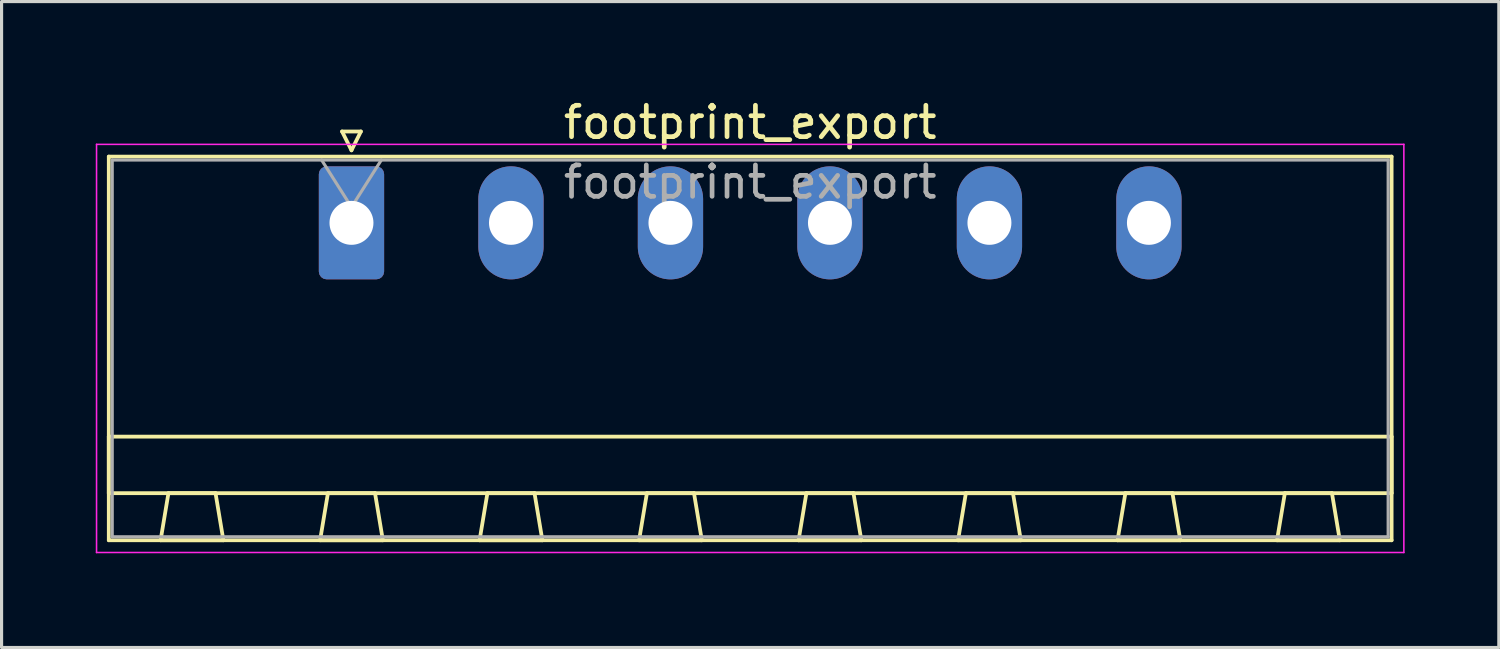
<source format=kicad_pcb>
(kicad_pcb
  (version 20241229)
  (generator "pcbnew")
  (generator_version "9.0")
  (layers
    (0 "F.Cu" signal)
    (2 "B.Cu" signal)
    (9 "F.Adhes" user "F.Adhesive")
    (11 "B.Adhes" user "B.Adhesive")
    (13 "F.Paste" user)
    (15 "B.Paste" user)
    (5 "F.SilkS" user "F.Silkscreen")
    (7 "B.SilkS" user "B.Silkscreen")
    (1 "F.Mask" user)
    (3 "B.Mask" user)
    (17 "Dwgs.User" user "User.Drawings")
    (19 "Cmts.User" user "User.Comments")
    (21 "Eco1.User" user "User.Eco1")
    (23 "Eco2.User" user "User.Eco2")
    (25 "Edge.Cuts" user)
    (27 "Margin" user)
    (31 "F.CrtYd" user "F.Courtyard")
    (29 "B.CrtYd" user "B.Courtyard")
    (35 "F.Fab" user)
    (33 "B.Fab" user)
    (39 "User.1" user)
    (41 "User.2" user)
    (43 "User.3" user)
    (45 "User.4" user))
  (footprint "footprint_export"
    (layer "F.Cu")
    (at 8.145 4.048)
    (property "Reference" "footprint_export" (at 12.7 -3.2 0) (layer "F.SilkS") (effects (font (size 1 1) (thickness 0.15))))
    (attr through_hole)
    (fp_line (start -7.73 -2.11) (end -7.73 10.11) (stroke (width 0.12) (type solid)) (layer "F.SilkS"))
    (fp_line (start -7.73 6.81) (end 33.13 6.81) (stroke (width 0.12) (type solid)) (layer "F.SilkS"))
    (fp_line (start -7.73 8.61) (end -7.73 6.81) (stroke (width 0.12) (type solid)) (layer "F.SilkS"))
    (fp_line (start -7.73 10.11) (end 33.13 10.11) (stroke (width 0.12) (type solid)) (layer "F.SilkS"))
    (fp_line (start -6.08 10.11) (end -4.08 10.11) (stroke (width 0.12) (type solid)) (layer "F.SilkS"))
    (fp_line (start -5.83 8.61) (end -6.08 10.11) (stroke (width 0.12) (type solid)) (layer "F.SilkS"))
    (fp_line (start -4.33 8.61) (end -5.83 8.61) (stroke (width 0.12) (type solid)) (layer "F.SilkS"))
    (fp_line (start -4.08 10.11) (end -4.33 8.61) (stroke (width 0.12) (type solid)) (layer "F.SilkS"))
    (fp_line (start -1 10.11) (end 1 10.11) (stroke (width 0.12) (type solid)) (layer "F.SilkS"))
    (fp_line (start -0.75 8.61) (end -1 10.11) (stroke (width 0.12) (type solid)) (layer "F.SilkS"))
    (fp_line (start -0.3 -2.91) (end 0.3 -2.91) (stroke (width 0.12) (type solid)) (layer "F.SilkS"))
    (fp_line (start 0 -2.31) (end -0.3 -2.91) (stroke (width 0.12) (type solid)) (layer "F.SilkS"))
    (fp_line (start 0.3 -2.91) (end 0 -2.31) (stroke (width 0.12) (type solid)) (layer "F.SilkS"))
    (fp_line (start 0.75 8.61) (end -0.75 8.61) (stroke (width 0.12) (type solid)) (layer "F.SilkS"))
    (fp_line (start 1 10.11) (end 0.75 8.61) (stroke (width 0.12) (type solid)) (layer "F.SilkS"))
    (fp_line (start 4.08 10.11) (end 6.08 10.11) (stroke (width 0.12) (type solid)) (layer "F.SilkS"))
    (fp_line (start 4.33 8.61) (end 4.08 10.11) (stroke (width 0.12) (type solid)) (layer "F.SilkS"))
    (fp_line (start 5.83 8.61) (end 4.33 8.61) (stroke (width 0.12) (type solid)) (layer "F.SilkS"))
    (fp_line (start 6.08 10.11) (end 5.83 8.61) (stroke (width 0.12) (type solid)) (layer "F.SilkS"))
    (fp_line (start 9.16 10.11) (end 11.16 10.11) (stroke (width 0.12) (type solid)) (layer "F.SilkS"))
    (fp_line (start 9.41 8.61) (end 9.16 10.11) (stroke (width 0.12) (type solid)) (layer "F.SilkS"))
    (fp_line (start 10.91 8.61) (end 9.41 8.61) (stroke (width 0.12) (type solid)) (layer "F.SilkS"))
    (fp_line (start 11.16 10.11) (end 10.91 8.61) (stroke (width 0.12) (type solid)) (layer "F.SilkS"))
    (fp_line (start 14.24 10.11) (end 16.24 10.11) (stroke (width 0.12) (type solid)) (layer "F.SilkS"))
    (fp_line (start 14.49 8.61) (end 14.24 10.11) (stroke (width 0.12) (type solid)) (layer "F.SilkS"))
    (fp_line (start 15.99 8.61) (end 14.49 8.61) (stroke (width 0.12) (type solid)) (layer "F.SilkS"))
    (fp_line (start 16.24 10.11) (end 15.99 8.61) (stroke (width 0.12) (type solid)) (layer "F.SilkS"))
    (fp_line (start 19.32 10.11) (end 21.32 10.11) (stroke (width 0.12) (type solid)) (layer "F.SilkS"))
    (fp_line (start 19.57 8.61) (end 19.32 10.11) (stroke (width 0.12) (type solid)) (layer "F.SilkS"))
    (fp_line (start 21.07 8.61) (end 19.57 8.61) (stroke (width 0.12) (type solid)) (layer "F.SilkS"))
    (fp_line (start 21.32 10.11) (end 21.07 8.61) (stroke (width 0.12) (type solid)) (layer "F.SilkS"))
    (fp_line (start 24.4 10.11) (end 26.4 10.11) (stroke (width 0.12) (type solid)) (layer "F.SilkS"))
    (fp_line (start 24.65 8.61) (end 24.4 10.11) (stroke (width 0.12) (type solid)) (layer "F.SilkS"))
    (fp_line (start 26.15 8.61) (end 24.65 8.61) (stroke (width 0.12) (type solid)) (layer "F.SilkS"))
    (fp_line (start 26.4 10.11) (end 26.15 8.61) (stroke (width 0.12) (type solid)) (layer "F.SilkS"))
    (fp_line (start 29.48 10.11) (end 31.48 10.11) (stroke (width 0.12) (type solid)) (layer "F.SilkS"))
    (fp_line (start 29.73 8.61) (end 29.48 10.11) (stroke (width 0.12) (type solid)) (layer "F.SilkS"))
    (fp_line (start 31.23 8.61) (end 29.73 8.61) (stroke (width 0.12) (type solid)) (layer "F.SilkS"))
    (fp_line (start 31.48 10.11) (end 31.23 8.61) (stroke (width 0.12) (type solid)) (layer "F.SilkS"))
    (fp_line (start 33.13 -2.11) (end -7.73 -2.11) (stroke (width 0.12) (type solid)) (layer "F.SilkS"))
    (fp_line (start 33.13 6.81) (end 33.13 8.61) (stroke (width 0.12) (type solid)) (layer "F.SilkS"))
    (fp_line (start 33.13 8.61) (end -7.73 8.61) (stroke (width 0.12) (type solid)) (layer "F.SilkS"))
    (fp_line (start 33.13 10.11) (end 33.13 -2.11) (stroke (width 0.12) (type solid)) (layer "F.SilkS"))
    (fp_line (start -8.12 -2.5) (end -8.12 10.5) (stroke (width 0.05) (type solid)) (layer "F.CrtYd"))
    (fp_line (start -8.12 10.5) (end 33.52 10.5) (stroke (width 0.05) (type solid)) (layer "F.CrtYd"))
    (fp_line (start 33.52 -2.5) (end -8.12 -2.5) (stroke (width 0.05) (type solid)) (layer "F.CrtYd"))
    (fp_line (start 33.52 10.5) (end 33.52 -2.5) (stroke (width 0.05) (type solid)) (layer "F.CrtYd"))
    (fp_line (start -7.62 -2) (end -7.62 10) (stroke (width 0.1) (type solid)) (layer "F.Fab"))
    (fp_line (start -7.62 10) (end 33.02 10) (stroke (width 0.1) (type solid)) (layer "F.Fab"))
    (fp_line (start 0 -0.5) (end -0.95 -2) (stroke (width 0.1) (type solid)) (layer "F.Fab"))
    (fp_line (start 0.95 -2) (end 0 -0.5) (stroke (width 0.1) (type solid)) (layer "F.Fab"))
    (fp_line (start 33.02 -2) (end -7.62 -2) (stroke (width 0.1) (type solid)) (layer "F.Fab"))
    (fp_line (start 33.02 10) (end 33.02 -2) (stroke (width 0.1) (type solid)) (layer "F.Fab"))
    (fp_text user "${REFERENCE}" (at 12.7 -1.3 0) (layer "F.Fab") (effects (font (size 1 1) (thickness 0.15))))
    (pad "1" thru_hole roundrect (at 0 0) (size 2.08 3.6) (drill 1.4) (layers "*.Cu" "*.Mask") (roundrect_rratio 0.12))
    (pad "2" thru_hole oval (at 5.08 0) (size 2.08 3.6) (drill 1.4) (layers "*.Cu" "*.Mask"))
    (pad "3" thru_hole oval (at 10.16 0) (size 2.08 3.6) (drill 1.4) (layers "*.Cu" "*.Mask"))
    (pad "4" thru_hole oval (at 15.24 0) (size 2.08 3.6) (drill 1.4) (layers "*.Cu" "*.Mask"))
    (pad "5" thru_hole oval (at 20.32 0) (size 2.08 3.6) (drill 1.4) (layers "*.Cu" "*.Mask"))
    (pad "6" thru_hole oval (at 25.4 0) (size 2.08 3.6) (drill 1.4) (layers "*.Cu" "*.Mask")))
  (gr_rect
    (start -3 -3)
    (end 44.69 17.573)
    (stroke (width 0.1) (type default))
    (fill no)
    (layer "Edge.Cuts")))
</source>
